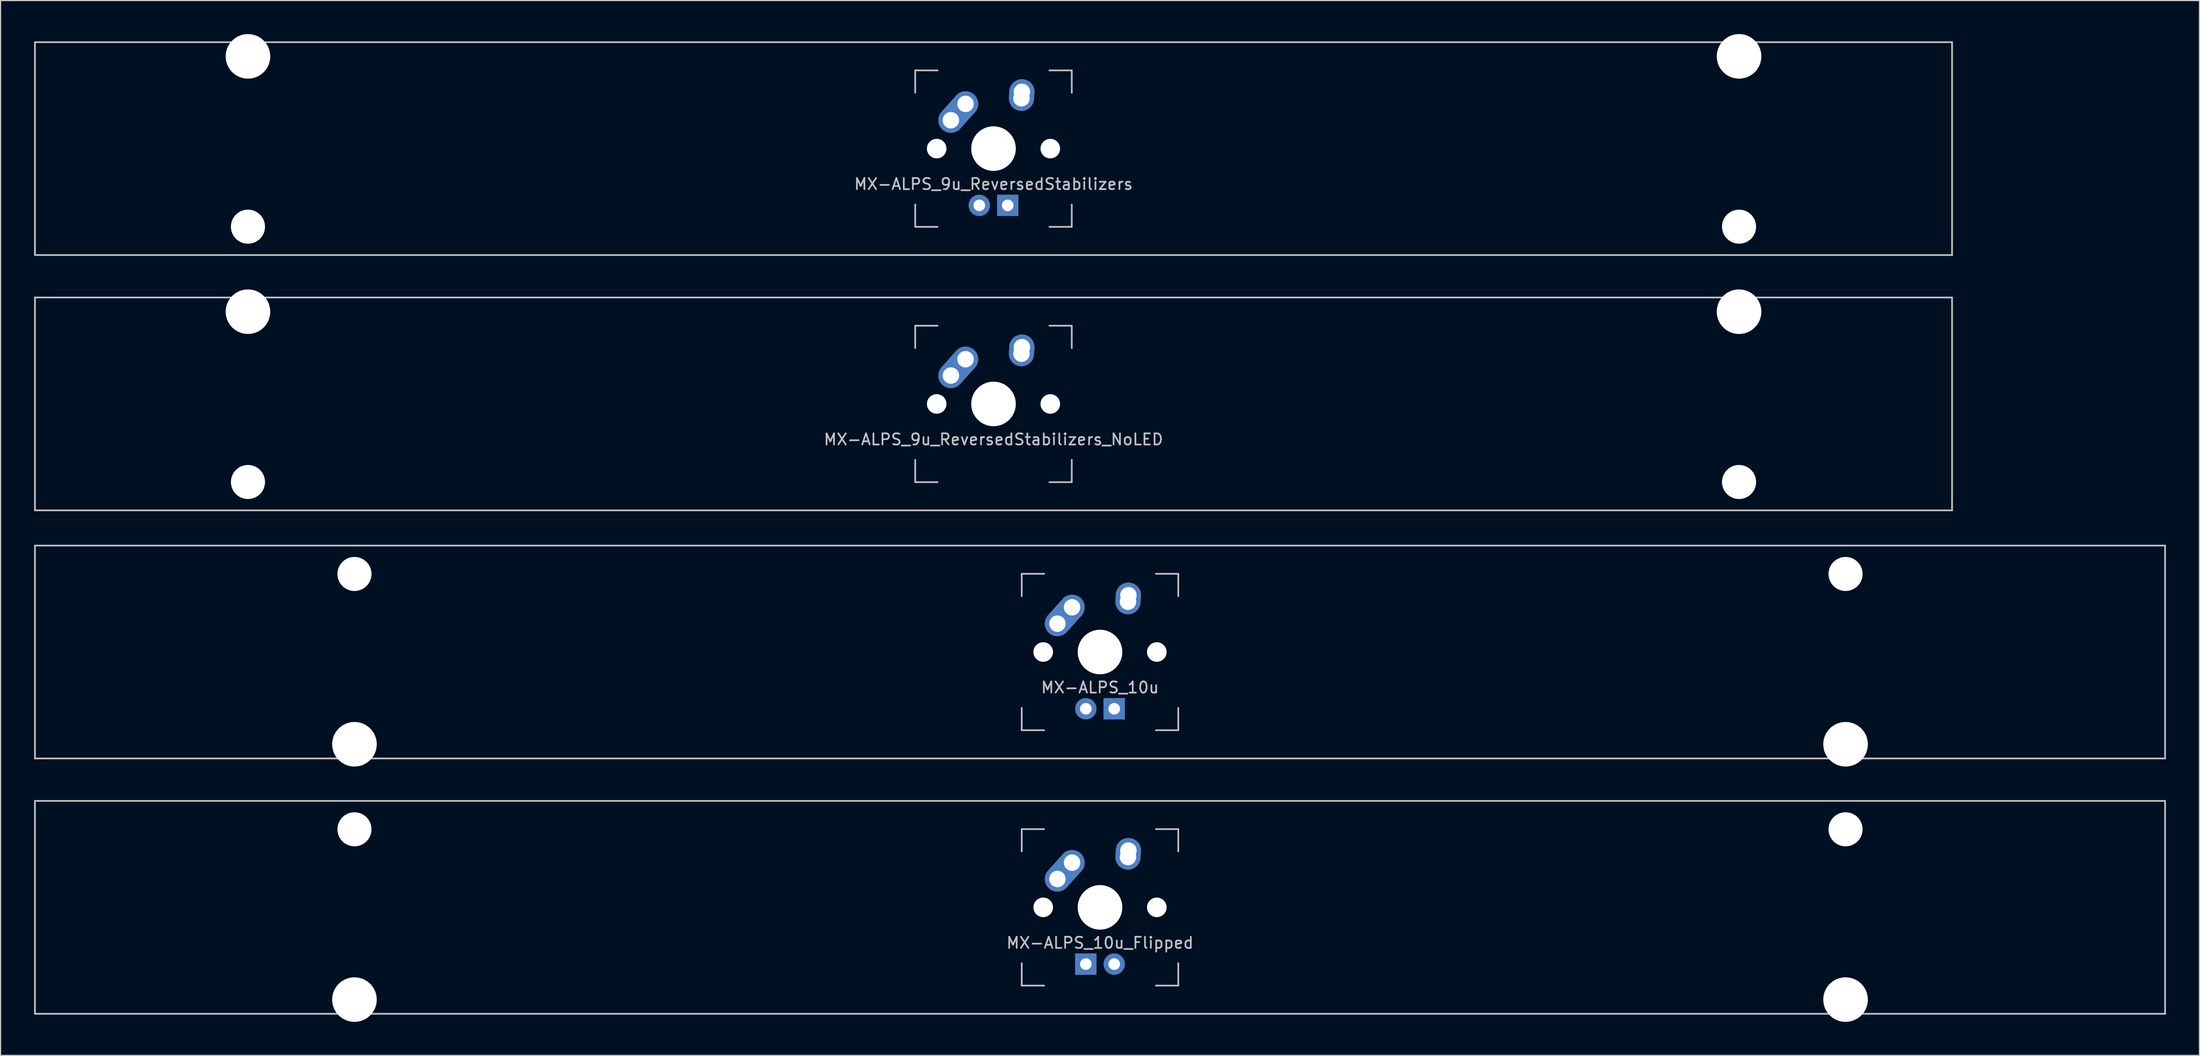
<source format=kicad_pcb>
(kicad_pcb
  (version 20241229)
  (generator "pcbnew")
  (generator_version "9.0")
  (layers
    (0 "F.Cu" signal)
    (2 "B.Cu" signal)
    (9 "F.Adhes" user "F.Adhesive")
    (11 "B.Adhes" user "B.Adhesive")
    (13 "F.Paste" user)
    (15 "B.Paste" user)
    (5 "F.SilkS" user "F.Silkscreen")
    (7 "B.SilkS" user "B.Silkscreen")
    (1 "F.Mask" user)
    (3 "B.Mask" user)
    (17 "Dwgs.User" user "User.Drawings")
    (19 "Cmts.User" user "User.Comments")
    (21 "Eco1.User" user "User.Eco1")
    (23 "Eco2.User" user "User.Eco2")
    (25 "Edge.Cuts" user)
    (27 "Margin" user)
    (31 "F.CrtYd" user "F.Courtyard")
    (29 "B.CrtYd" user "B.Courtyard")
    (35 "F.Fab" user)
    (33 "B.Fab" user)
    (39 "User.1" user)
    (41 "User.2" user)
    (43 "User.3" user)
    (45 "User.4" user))
  (footprint "MX-ALPS_9u_ReversedStabilizers"
    (layer "F.Cu")
    (at 85.8 10.249)
    (property "Reference" "MX-ALPS_9u_ReversedStabilizers" (at 0 3.175 0) (layer "Dwgs.User") (effects (font (size 1 1) (thickness 0.15))))
    (attr through_hole)
    (fp_line (start -85.725 -9.525) (end 85.725 -9.525) (stroke (width 0.15) (type solid)) (layer "Dwgs.User"))
    (fp_line (start -85.725 9.525) (end -85.725 -9.525) (stroke (width 0.15) (type solid)) (layer "Dwgs.User"))
    (fp_line (start -85.725 9.525) (end 85.725 9.525) (stroke (width 0.15) (type solid)) (layer "Dwgs.User"))
    (fp_line (start -7 -7) (end -7 -5) (stroke (width 0.15) (type solid)) (layer "Dwgs.User"))
    (fp_line (start -7 5) (end -7 7) (stroke (width 0.15) (type solid)) (layer "Dwgs.User"))
    (fp_line (start -7 7) (end -5 7) (stroke (width 0.15) (type solid)) (layer "Dwgs.User"))
    (fp_line (start -5 -7) (end -7 -7) (stroke (width 0.15) (type solid)) (layer "Dwgs.User"))
    (fp_line (start 5 -7) (end 7 -7) (stroke (width 0.15) (type solid)) (layer "Dwgs.User"))
    (fp_line (start 5 7) (end 7 7) (stroke (width 0.15) (type solid)) (layer "Dwgs.User"))
    (fp_line (start 7 -7) (end 7 -5) (stroke (width 0.15) (type solid)) (layer "Dwgs.User"))
    (fp_line (start 7 7) (end 7 5) (stroke (width 0.15) (type solid)) (layer "Dwgs.User"))
    (fp_line (start 85.725 -9.525) (end 85.725 9.525) (stroke (width 0.15) (type solid)) (layer "Dwgs.User"))
    (pad "" np_thru_hole circle (at -66.675 -8.255) (size 3.988 3.988) (drill 3.988) (layers "*.Cu" "*.Mask"))
    (pad "" np_thru_hole circle (at -66.675 6.985) (size 3.048 3.048) (drill 3.048) (layers "*.Cu" "*.Mask"))
    (pad "" np_thru_hole circle (at -5.08 0 48.1) (size 1.75 1.75) (drill 1.75) (layers "*.Cu" "*.Mask"))
    (pad "" np_thru_hole circle (at 0 0) (size 3.988 3.988) (drill 3.988) (layers "*.Cu" "*.Mask"))
    (pad "" np_thru_hole circle (at 5.08 0 48.1) (size 1.75 1.75) (drill 1.75) (layers "*.Cu" "*.Mask"))
    (pad "" np_thru_hole circle (at 66.675 -8.255) (size 3.988 3.988) (drill 3.988) (layers "*.Cu" "*.Mask"))
    (pad "" np_thru_hole circle (at 66.675 6.985) (size 3.048 3.048) (drill 3.048) (layers "*.Cu" "*.Mask"))
    (pad "1" thru_hole oval (at -3.81 -2.54 48.1) (size 4.212 2.25) (drill 1.47 (offset 0.981 0)) (layers "*.Cu" "B.Mask"))
    (pad "1" thru_hole circle (at -2.5 -4) (size 2.25 2.25) (drill 1.47) (layers "*.Cu" "B.Mask"))
    (pad "2" thru_hole oval (at 2.5 -4.5 86.055) (size 2.831 2.25) (drill 1.47 (offset 0.291 0)) (layers "*.Cu" "B.Mask"))
    (pad "2" thru_hole circle (at 2.54 -5.08) (size 2.25 2.25) (drill 1.47) (layers "*.Cu" "B.Mask"))
    (pad "3" thru_hole circle (at -1.27 5.08) (size 1.905 1.905) (drill 1.04) (layers "*.Cu" "B.Mask"))
    (pad "4" thru_hole rect (at 1.27 5.08) (size 1.905 1.905) (drill 1.04) (layers "*.Cu" "B.Mask")))
  (footprint "MX-ALPS_9u_ReversedStabilizers_NoLED"
    (layer "F.Cu")
    (at 85.8 33.098)
    (property "Reference" "MX-ALPS_9u_ReversedStabilizers_NoLED" (at 0 3.175 0) (layer "Dwgs.User") (effects (font (size 1 1) (thickness 0.15))))
    (attr through_hole)
    (fp_line (start -85.725 -9.525) (end 85.725 -9.525) (stroke (width 0.15) (type solid)) (layer "Dwgs.User"))
    (fp_line (start -85.725 9.525) (end -85.725 -9.525) (stroke (width 0.15) (type solid)) (layer "Dwgs.User"))
    (fp_line (start -85.725 9.525) (end 85.725 9.525) (stroke (width 0.15) (type solid)) (layer "Dwgs.User"))
    (fp_line (start -7 -7) (end -7 -5) (stroke (width 0.15) (type solid)) (layer "Dwgs.User"))
    (fp_line (start -7 5) (end -7 7) (stroke (width 0.15) (type solid)) (layer "Dwgs.User"))
    (fp_line (start -7 7) (end -5 7) (stroke (width 0.15) (type solid)) (layer "Dwgs.User"))
    (fp_line (start -5 -7) (end -7 -7) (stroke (width 0.15) (type solid)) (layer "Dwgs.User"))
    (fp_line (start 5 -7) (end 7 -7) (stroke (width 0.15) (type solid)) (layer "Dwgs.User"))
    (fp_line (start 5 7) (end 7 7) (stroke (width 0.15) (type solid)) (layer "Dwgs.User"))
    (fp_line (start 7 -7) (end 7 -5) (stroke (width 0.15) (type solid)) (layer "Dwgs.User"))
    (fp_line (start 7 7) (end 7 5) (stroke (width 0.15) (type solid)) (layer "Dwgs.User"))
    (fp_line (start 85.725 -9.525) (end 85.725 9.525) (stroke (width 0.15) (type solid)) (layer "Dwgs.User"))
    (pad "" np_thru_hole circle (at -66.675 -8.255) (size 3.988 3.988) (drill 3.988) (layers "*.Cu" "*.Mask"))
    (pad "" np_thru_hole circle (at -66.675 6.985) (size 3.048 3.048) (drill 3.048) (layers "*.Cu" "*.Mask"))
    (pad "" np_thru_hole circle (at -5.08 0 48.1) (size 1.75 1.75) (drill 1.75) (layers "*.Cu" "*.Mask"))
    (pad "" np_thru_hole circle (at 0 0) (size 3.988 3.988) (drill 3.988) (layers "*.Cu" "*.Mask"))
    (pad "" np_thru_hole circle (at 5.08 0 48.1) (size 1.75 1.75) (drill 1.75) (layers "*.Cu" "*.Mask"))
    (pad "" np_thru_hole circle (at 66.675 -8.255) (size 3.988 3.988) (drill 3.988) (layers "*.Cu" "*.Mask"))
    (pad "" np_thru_hole circle (at 66.675 6.985) (size 3.048 3.048) (drill 3.048) (layers "*.Cu" "*.Mask"))
    (pad "1" thru_hole oval (at -3.81 -2.54 48.1) (size 4.212 2.25) (drill 1.47 (offset 0.981 0)) (layers "*.Cu" "B.Mask"))
    (pad "1" thru_hole circle (at -2.5 -4) (size 2.25 2.25) (drill 1.47) (layers "*.Cu" "B.Mask"))
    (pad "2" thru_hole oval (at 2.5 -4.5 86.055) (size 2.831 2.25) (drill 1.47 (offset 0.291 0)) (layers "*.Cu" "B.Mask"))
    (pad "2" thru_hole circle (at 2.54 -5.08) (size 2.25 2.25) (drill 1.47) (layers "*.Cu" "B.Mask")))
  (footprint "MX-ALPS_10u"
    (layer "F.Cu")
    (at 95.325 55.298)
    (property "Reference" "MX-ALPS_10u" (at 0 3.175 0) (layer "Dwgs.User") (effects (font (size 1 1) (thickness 0.15))))
    (attr through_hole)
    (fp_line (start -95.25 -9.525) (end 95.25 -9.525) (stroke (width 0.15) (type solid)) (layer "Dwgs.User"))
    (fp_line (start -95.25 9.525) (end -95.25 -9.525) (stroke (width 0.15) (type solid)) (layer "Dwgs.User"))
    (fp_line (start -95.25 9.525) (end 95.25 9.525) (stroke (width 0.15) (type solid)) (layer "Dwgs.User"))
    (fp_line (start -7 -7) (end -7 -5) (stroke (width 0.15) (type solid)) (layer "Dwgs.User"))
    (fp_line (start -7 5) (end -7 7) (stroke (width 0.15) (type solid)) (layer "Dwgs.User"))
    (fp_line (start -7 7) (end -5 7) (stroke (width 0.15) (type solid)) (layer "Dwgs.User"))
    (fp_line (start -5 -7) (end -7 -7) (stroke (width 0.15) (type solid)) (layer "Dwgs.User"))
    (fp_line (start 5 -7) (end 7 -7) (stroke (width 0.15) (type solid)) (layer "Dwgs.User"))
    (fp_line (start 5 7) (end 7 7) (stroke (width 0.15) (type solid)) (layer "Dwgs.User"))
    (fp_line (start 7 -7) (end 7 -5) (stroke (width 0.15) (type solid)) (layer "Dwgs.User"))
    (fp_line (start 7 7) (end 7 5) (stroke (width 0.15) (type solid)) (layer "Dwgs.User"))
    (fp_line (start 95.25 -9.525) (end 95.25 9.525) (stroke (width 0.15) (type solid)) (layer "Dwgs.User"))
    (pad "" np_thru_hole circle (at -66.675 -6.985) (size 3.048 3.048) (drill 3.048) (layers "*.Cu" "*.Mask"))
    (pad "" np_thru_hole circle (at -66.675 8.255) (size 3.988 3.988) (drill 3.988) (layers "*.Cu" "*.Mask"))
    (pad "" np_thru_hole circle (at -5.08 0 48.1) (size 1.75 1.75) (drill 1.75) (layers "*.Cu" "*.Mask"))
    (pad "" np_thru_hole circle (at 0 0) (size 3.988 3.988) (drill 3.988) (layers "*.Cu" "*.Mask"))
    (pad "" np_thru_hole circle (at 5.08 0 48.1) (size 1.75 1.75) (drill 1.75) (layers "*.Cu" "*.Mask"))
    (pad "" np_thru_hole circle (at 66.675 -6.985) (size 3.048 3.048) (drill 3.048) (layers "*.Cu" "*.Mask"))
    (pad "" np_thru_hole circle (at 66.675 8.255) (size 3.988 3.988) (drill 3.988) (layers "*.Cu" "*.Mask"))
    (pad "1" thru_hole oval (at -3.81 -2.54 48.1) (size 4.212 2.25) (drill 1.47 (offset 0.981 0)) (layers "*.Cu" "B.Mask"))
    (pad "1" thru_hole circle (at -2.5 -4) (size 2.25 2.25) (drill 1.47) (layers "*.Cu" "B.Mask"))
    (pad "2" thru_hole oval (at 2.5 -4.5 86.055) (size 2.831 2.25) (drill 1.47 (offset 0.291 0)) (layers "*.Cu" "B.Mask"))
    (pad "2" thru_hole circle (at 2.54 -5.08) (size 2.25 2.25) (drill 1.47) (layers "*.Cu" "B.Mask"))
    (pad "3" thru_hole circle (at -1.27 5.08) (size 1.905 1.905) (drill 1.04) (layers "*.Cu" "B.Mask"))
    (pad "4" thru_hole rect (at 1.27 5.08) (size 1.905 1.905) (drill 1.04) (layers "*.Cu" "B.Mask")))
  (footprint "MX-ALPS_10u_Flipped"
    (layer "F.Cu")
    (at 95.325 78.147)
    (property "Reference" "MX-ALPS_10u_Flipped" (at 0 3.175 0) (layer "Dwgs.User") (effects (font (size 1 1) (thickness 0.15))))
    (attr through_hole)
    (fp_line (start -95.25 -9.525) (end 95.25 -9.525) (stroke (width 0.15) (type solid)) (layer "Dwgs.User"))
    (fp_line (start -95.25 9.525) (end -95.25 -9.525) (stroke (width 0.15) (type solid)) (layer "Dwgs.User"))
    (fp_line (start -95.25 9.525) (end 95.25 9.525) (stroke (width 0.15) (type solid)) (layer "Dwgs.User"))
    (fp_line (start -7 -7) (end -7 -5) (stroke (width 0.15) (type solid)) (layer "Dwgs.User"))
    (fp_line (start -7 5) (end -7 7) (stroke (width 0.15) (type solid)) (layer "Dwgs.User"))
    (fp_line (start -7 7) (end -5 7) (stroke (width 0.15) (type solid)) (layer "Dwgs.User"))
    (fp_line (start -5 -7) (end -7 -7) (stroke (width 0.15) (type solid)) (layer "Dwgs.User"))
    (fp_line (start 5 -7) (end 7 -7) (stroke (width 0.15) (type solid)) (layer "Dwgs.User"))
    (fp_line (start 5 7) (end 7 7) (stroke (width 0.15) (type solid)) (layer "Dwgs.User"))
    (fp_line (start 7 -7) (end 7 -5) (stroke (width 0.15) (type solid)) (layer "Dwgs.User"))
    (fp_line (start 7 7) (end 7 5) (stroke (width 0.15) (type solid)) (layer "Dwgs.User"))
    (fp_line (start 95.25 -9.525) (end 95.25 9.525) (stroke (width 0.15) (type solid)) (layer "Dwgs.User"))
    (pad "" np_thru_hole circle (at -66.675 -6.985) (size 3.048 3.048) (drill 3.048) (layers "*.Cu" "*.Mask"))
    (pad "" np_thru_hole circle (at -66.675 8.255) (size 3.988 3.988) (drill 3.988) (layers "*.Cu" "*.Mask"))
    (pad "" np_thru_hole circle (at -5.08 0 48.1) (size 1.75 1.75) (drill 1.75) (layers "*.Cu" "*.Mask"))
    (pad "" np_thru_hole circle (at 0 0) (size 3.988 3.988) (drill 3.988) (layers "*.Cu" "*.Mask"))
    (pad "" np_thru_hole circle (at 5.08 0 48.1) (size 1.75 1.75) (drill 1.75) (layers "*.Cu" "*.Mask"))
    (pad "" np_thru_hole circle (at 66.675 -6.985) (size 3.048 3.048) (drill 3.048) (layers "*.Cu" "*.Mask"))
    (pad "" np_thru_hole circle (at 66.675 8.255) (size 3.988 3.988) (drill 3.988) (layers "*.Cu" "*.Mask"))
    (pad "1" thru_hole oval (at -3.81 -2.54 48.1) (size 4.212 2.25) (drill 1.47 (offset 0.981 0)) (layers "*.Cu" "B.Mask"))
    (pad "1" thru_hole circle (at -2.5 -4) (size 2.25 2.25) (drill 1.47) (layers "*.Cu" "B.Mask"))
    (pad "2" thru_hole oval (at 2.5 -4.5 86.055) (size 2.831 2.25) (drill 1.47 (offset 0.291 0)) (layers "*.Cu" "B.Mask"))
    (pad "2" thru_hole circle (at 2.54 -5.08) (size 2.25 2.25) (drill 1.47) (layers "*.Cu" "B.Mask"))
    (pad "3" thru_hole circle (at 1.27 5.08) (size 1.905 1.905) (drill 1.04) (layers "*.Cu" "B.Mask"))
    (pad "4" thru_hole rect (at -1.27 5.08) (size 1.905 1.905) (drill 1.04) (layers "*.Cu" "B.Mask")))
  (gr_rect
    (start -3 -3)
    (end 193.65 91.396)
    (stroke (width 0.1) (type default))
    (fill no)
    (layer "Edge.Cuts")))
</source>
